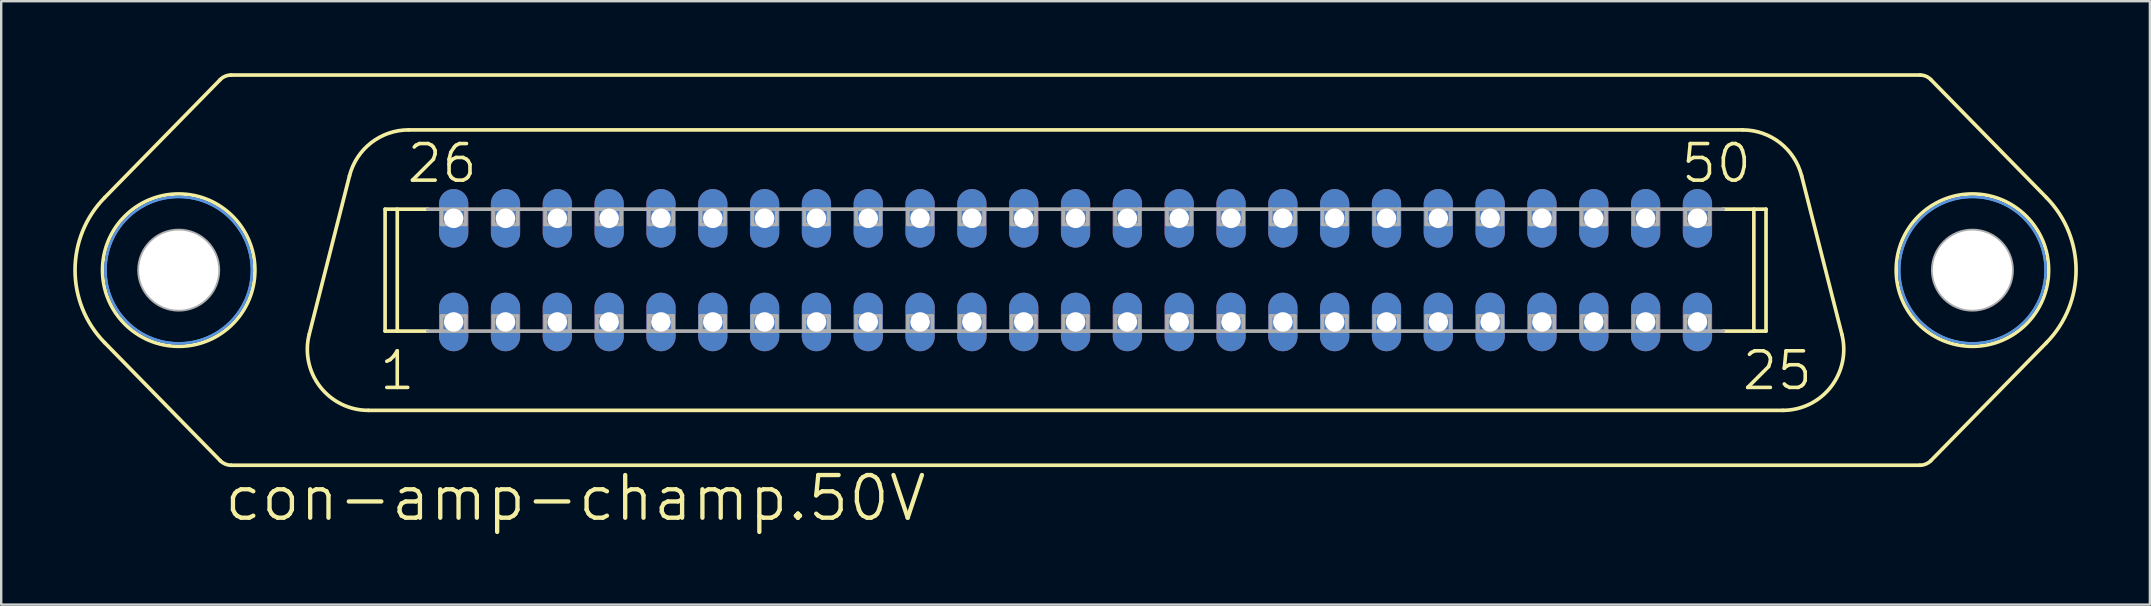
<source format=kicad_pcb>
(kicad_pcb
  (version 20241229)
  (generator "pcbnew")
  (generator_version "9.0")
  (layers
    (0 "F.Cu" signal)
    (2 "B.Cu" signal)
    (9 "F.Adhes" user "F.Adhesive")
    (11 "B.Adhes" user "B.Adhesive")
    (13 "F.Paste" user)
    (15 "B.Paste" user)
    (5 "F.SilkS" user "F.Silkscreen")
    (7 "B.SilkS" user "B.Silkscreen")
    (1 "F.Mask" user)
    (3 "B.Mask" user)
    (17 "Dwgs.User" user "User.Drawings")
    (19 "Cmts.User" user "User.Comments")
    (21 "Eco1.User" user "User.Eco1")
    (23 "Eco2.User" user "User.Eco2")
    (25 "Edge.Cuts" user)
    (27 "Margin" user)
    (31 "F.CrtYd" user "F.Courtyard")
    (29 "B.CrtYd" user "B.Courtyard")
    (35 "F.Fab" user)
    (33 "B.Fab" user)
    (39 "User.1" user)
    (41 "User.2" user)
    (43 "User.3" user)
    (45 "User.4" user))
  (footprint "con-amp-champ.50V"
    (layer "F.Cu")
    (at 41.758 8.204)
    (property "Reference" "con-amp-champ.50V" (at -35.56 10.541 0) (layer "F.SilkS") (effects (font (size 1.778 1.778) (thickness 0.18)) (justify left bottom)))
    (attr through_hole)
    (fp_line (start -35.633 -7.937) (end -40.448 -3.022) (stroke (width 0.152) (type default)) (layer "F.SilkS"))
    (fp_line (start -35.633 7.937) (end -40.448 3.022) (stroke (width 0.152) (type default)) (layer "F.SilkS"))
    (fp_line (start -35.179 -8.128) (end 35.179 -8.128) (stroke (width 0.152) (type default)) (layer "F.SilkS"))
    (fp_line (start -35.179 8.128) (end 35.179 8.128) (stroke (width 0.152) (type default)) (layer "F.SilkS"))
    (fp_line (start -30.248 -3.928) (end -31.926 2.676) (stroke (width 0.152) (type default)) (layer "F.SilkS"))
    (fp_line (start -29.464 5.842) (end 29.464 5.842) (stroke (width 0.152) (type default)) (layer "F.SilkS"))
    (fp_line (start -28.765 -2.54) (end -26.986 -2.54) (stroke (width 0.152) (type default)) (layer "F.SilkS"))
    (fp_line (start -28.765 2.54) (end -28.765 -2.54) (stroke (width 0.152) (type default)) (layer "F.SilkS"))
    (fp_line (start -28.765 2.54) (end -26.986 2.54) (stroke (width 0.152) (type default)) (layer "F.SilkS"))
    (fp_line (start -28.258 2.54) (end -28.258 -2.54) (stroke (width 0.152) (type default)) (layer "F.SilkS"))
    (fp_line (start -27.786 -5.842) (end 27.786 -5.842) (stroke (width 0.152) (type default)) (layer "F.SilkS"))
    (fp_line (start 26.986 -2.54) (end 28.765 -2.54) (stroke (width 0.152) (type default)) (layer "F.SilkS"))
    (fp_line (start 26.986 2.54) (end 28.765 2.54) (stroke (width 0.152) (type default)) (layer "F.SilkS"))
    (fp_line (start 28.258 2.54) (end 28.258 -2.54) (stroke (width 0.152) (type default)) (layer "F.SilkS"))
    (fp_line (start 28.765 2.54) (end 28.765 -2.54) (stroke (width 0.152) (type default)) (layer "F.SilkS"))
    (fp_line (start 30.248 -3.928) (end 31.926 2.676) (stroke (width 0.152) (type default)) (layer "F.SilkS"))
    (fp_line (start 35.633 -7.937) (end 40.448 -3.022) (stroke (width 0.152) (type default)) (layer "F.SilkS"))
    (fp_line (start 35.633 7.937) (end 40.448 3.022) (stroke (width 0.152) (type default)) (layer "F.SilkS"))
    (fp_arc (start -40.448 3.022) (mid -41.681365 0.0004) (end -40.448 -3.0212) (stroke (width 0.1524) (type default)) (layer "F.SilkS"))
    (fp_arc (start -35.633 -7.937) (mid -35.42541 -8.078018) (end -35.1794 -8.1276) (stroke (width 0.1524) (type default)) (layer "F.SilkS"))
    (fp_arc (start -35.1794 8.1276) (mid -35.42541 8.078018) (end -35.633 7.937) (stroke (width 0.1524) (type default)) (layer "F.SilkS"))
    (fp_arc (start -30.248 -3.928) (mid -29.345488 -5.307486) (end -27.7862 -5.8424) (stroke (width 0.1524) (type default)) (layer "F.SilkS"))
    (fp_arc (start -29.4642 5.8416) (mid -31.469286 4.860863) (end -31.926 2.676) (stroke (width 0.1524) (type default)) (layer "F.SilkS"))
    (fp_arc (start 27.786 -5.842) (mid 29.345288 -5.307086) (end 30.2478 -3.9276) (stroke (width 0.1524) (type default)) (layer "F.SilkS"))
    (fp_arc (start 31.926 2.676) (mid 31.469286 4.860863) (end 29.4642 5.8416) (stroke (width 0.1524) (type default)) (layer "F.SilkS"))
    (fp_arc (start 35.1794 -8.1276) (mid 35.42541 -8.078018) (end 35.633 -7.937) (stroke (width 0.1524) (type default)) (layer "F.SilkS"))
    (fp_arc (start 35.633 7.937) (mid 35.42541 8.078018) (end 35.1794 8.1276) (stroke (width 0.1524) (type default)) (layer "F.SilkS"))
    (fp_arc (start 40.448 -3.0212) (mid 41.681365 0.0004) (end 40.448 3.022) (stroke (width 0.1524) (type default)) (layer "F.SilkS"))
    (fp_circle (center -37.363 0) (end -34.188 0) (stroke (width 0.152) (type default)) (fill no) (layer "F.SilkS"))
    (fp_circle (center 37.363 0) (end 40.538 0) (stroke (width 0.152) (type default)) (fill no) (layer "F.SilkS"))
    (fp_circle (center -37.363 0) (end -34.315 0) (stroke (width 0.1) (type default)) (fill no) (layer "Cmts.User"))
    (fp_circle (center -37.363 0) (end -34.315 0) (stroke (width 0.1) (type default)) (fill no) (layer "Cmts.User"))
    (fp_circle (center 37.363 0) (end 40.411 0) (stroke (width 0.1) (type default)) (fill no) (layer "Cmts.User"))
    (fp_circle (center 37.363 0) (end 40.411 0) (stroke (width 0.1) (type default)) (fill no) (layer "Cmts.User"))
    (fp_line (start -26.986 -2.54) (end -26.416 -2.54) (stroke (width 0.152) (type default)) (layer "F.Fab"))
    (fp_line (start -26.986 2.54) (end -26.416 2.54) (stroke (width 0.152) (type default)) (layer "F.Fab"))
    (fp_line (start -26.416 -2.54) (end -25.4 -2.54) (stroke (width 0.152) (type default)) (layer "F.Fab"))
    (fp_line (start -26.416 -1.905) (end -26.416 -2.54) (stroke (width 0.152) (type default)) (layer "F.Fab"))
    (fp_line (start -26.416 1.905) (end -25.4 1.905) (stroke (width 0.152) (type default)) (layer "F.Fab"))
    (fp_line (start -26.416 2.54) (end -26.416 1.905) (stroke (width 0.152) (type default)) (layer "F.Fab"))
    (fp_line (start -25.4 -2.54) (end -25.4 -1.905) (stroke (width 0.152) (type default)) (layer "F.Fab"))
    (fp_line (start -25.4 -2.54) (end -24.257 -2.54) (stroke (width 0.152) (type default)) (layer "F.Fab"))
    (fp_line (start -25.4 -1.905) (end -26.416 -1.905) (stroke (width 0.152) (type default)) (layer "F.Fab"))
    (fp_line (start -25.4 1.905) (end -25.4 2.54) (stroke (width 0.152) (type default)) (layer "F.Fab"))
    (fp_line (start -25.4 2.54) (end -26.416 2.54) (stroke (width 0.152) (type default)) (layer "F.Fab"))
    (fp_line (start -25.4 2.54) (end -24.257 2.54) (stroke (width 0.152) (type default)) (layer "F.Fab"))
    (fp_line (start -24.257 -2.54) (end -23.241 -2.54) (stroke (width 0.152) (type default)) (layer "F.Fab"))
    (fp_line (start -24.257 -1.905) (end -24.257 -2.54) (stroke (width 0.152) (type default)) (layer "F.Fab"))
    (fp_line (start -24.257 1.905) (end -23.241 1.905) (stroke (width 0.152) (type default)) (layer "F.Fab"))
    (fp_line (start -24.257 2.54) (end -24.257 1.905) (stroke (width 0.152) (type default)) (layer "F.Fab"))
    (fp_line (start -23.241 -2.54) (end -23.241 -1.905) (stroke (width 0.152) (type default)) (layer "F.Fab"))
    (fp_line (start -23.241 -2.54) (end -22.098 -2.54) (stroke (width 0.152) (type default)) (layer "F.Fab"))
    (fp_line (start -23.241 -1.905) (end -24.257 -1.905) (stroke (width 0.152) (type default)) (layer "F.Fab"))
    (fp_line (start -23.241 1.905) (end -23.241 2.54) (stroke (width 0.152) (type default)) (layer "F.Fab"))
    (fp_line (start -23.241 2.54) (end -24.257 2.54) (stroke (width 0.152) (type default)) (layer "F.Fab"))
    (fp_line (start -23.241 2.54) (end -22.098 2.54) (stroke (width 0.152) (type default)) (layer "F.Fab"))
    (fp_line (start -22.098 -2.54) (end -21.082 -2.54) (stroke (width 0.152) (type default)) (layer "F.Fab"))
    (fp_line (start -22.098 -1.905) (end -22.098 -2.54) (stroke (width 0.152) (type default)) (layer "F.Fab"))
    (fp_line (start -22.098 1.905) (end -21.082 1.905) (stroke (width 0.152) (type default)) (layer "F.Fab"))
    (fp_line (start -22.098 2.54) (end -22.098 1.905) (stroke (width 0.152) (type default)) (layer "F.Fab"))
    (fp_line (start -21.082 -2.54) (end -21.082 -1.905) (stroke (width 0.152) (type default)) (layer "F.Fab"))
    (fp_line (start -21.082 -2.54) (end -19.939 -2.54) (stroke (width 0.152) (type default)) (layer "F.Fab"))
    (fp_line (start -21.082 -1.905) (end -22.098 -1.905) (stroke (width 0.152) (type default)) (layer "F.Fab"))
    (fp_line (start -21.082 1.905) (end -21.082 2.54) (stroke (width 0.152) (type default)) (layer "F.Fab"))
    (fp_line (start -21.082 2.54) (end -22.098 2.54) (stroke (width 0.152) (type default)) (layer "F.Fab"))
    (fp_line (start -21.082 2.54) (end -19.939 2.54) (stroke (width 0.152) (type default)) (layer "F.Fab"))
    (fp_line (start -19.939 -2.54) (end -18.923 -2.54) (stroke (width 0.152) (type default)) (layer "F.Fab"))
    (fp_line (start -19.939 -1.905) (end -19.939 -2.54) (stroke (width 0.152) (type default)) (layer "F.Fab"))
    (fp_line (start -19.939 1.905) (end -18.923 1.905) (stroke (width 0.152) (type default)) (layer "F.Fab"))
    (fp_line (start -19.939 2.54) (end -19.939 1.905) (stroke (width 0.152) (type default)) (layer "F.Fab"))
    (fp_line (start -18.923 -2.54) (end -18.923 -1.905) (stroke (width 0.152) (type default)) (layer "F.Fab"))
    (fp_line (start -18.923 -2.54) (end -17.78 -2.54) (stroke (width 0.152) (type default)) (layer "F.Fab"))
    (fp_line (start -18.923 -1.905) (end -19.939 -1.905) (stroke (width 0.152) (type default)) (layer "F.Fab"))
    (fp_line (start -18.923 1.905) (end -18.923 2.54) (stroke (width 0.152) (type default)) (layer "F.Fab"))
    (fp_line (start -18.923 2.54) (end -19.939 2.54) (stroke (width 0.152) (type default)) (layer "F.Fab"))
    (fp_line (start -18.923 2.54) (end -17.78 2.54) (stroke (width 0.152) (type default)) (layer "F.Fab"))
    (fp_line (start -17.78 -2.54) (end -16.764 -2.54) (stroke (width 0.152) (type default)) (layer "F.Fab"))
    (fp_line (start -17.78 -1.905) (end -17.78 -2.54) (stroke (width 0.152) (type default)) (layer "F.Fab"))
    (fp_line (start -17.78 1.905) (end -16.764 1.905) (stroke (width 0.152) (type default)) (layer "F.Fab"))
    (fp_line (start -17.78 1.905) (end -16.764 1.905) (stroke (width 0.152) (type default)) (layer "F.Fab"))
    (fp_line (start -17.78 2.54) (end -17.78 1.905) (stroke (width 0.152) (type default)) (layer "F.Fab"))
    (fp_line (start -17.78 2.54) (end -17.78 1.905) (stroke (width 0.152) (type default)) (layer "F.Fab"))
    (fp_line (start -16.764 -2.54) (end -16.764 -1.905) (stroke (width 0.152) (type default)) (layer "F.Fab"))
    (fp_line (start -16.764 -2.54) (end -15.621 -2.54) (stroke (width 0.152) (type default)) (layer "F.Fab"))
    (fp_line (start -16.764 -1.905) (end -17.78 -1.905) (stroke (width 0.152) (type default)) (layer "F.Fab"))
    (fp_line (start -16.764 1.905) (end -16.764 2.54) (stroke (width 0.152) (type default)) (layer "F.Fab"))
    (fp_line (start -16.764 1.905) (end -16.764 2.54) (stroke (width 0.152) (type default)) (layer "F.Fab"))
    (fp_line (start -16.764 2.54) (end -17.78 2.54) (stroke (width 0.152) (type default)) (layer "F.Fab"))
    (fp_line (start -16.764 2.54) (end -17.78 2.54) (stroke (width 0.152) (type default)) (layer "F.Fab"))
    (fp_line (start -16.764 2.54) (end -15.621 2.54) (stroke (width 0.152) (type default)) (layer "F.Fab"))
    (fp_line (start -15.621 -2.54) (end -14.605 -2.54) (stroke (width 0.152) (type default)) (layer "F.Fab"))
    (fp_line (start -15.621 -1.905) (end -15.621 -2.54) (stroke (width 0.152) (type default)) (layer "F.Fab"))
    (fp_line (start -15.621 1.905) (end -14.605 1.905) (stroke (width 0.152) (type default)) (layer "F.Fab"))
    (fp_line (start -15.621 1.905) (end -14.605 1.905) (stroke (width 0.152) (type default)) (layer "F.Fab"))
    (fp_line (start -15.621 2.54) (end -15.621 1.905) (stroke (width 0.152) (type default)) (layer "F.Fab"))
    (fp_line (start -15.621 2.54) (end -15.621 1.905) (stroke (width 0.152) (type default)) (layer "F.Fab"))
    (fp_line (start -14.605 -2.54) (end -14.605 -1.905) (stroke (width 0.152) (type default)) (layer "F.Fab"))
    (fp_line (start -14.605 -2.54) (end -13.462 -2.54) (stroke (width 0.152) (type default)) (layer "F.Fab"))
    (fp_line (start -14.605 -1.905) (end -15.621 -1.905) (stroke (width 0.152) (type default)) (layer "F.Fab"))
    (fp_line (start -14.605 1.905) (end -14.605 2.54) (stroke (width 0.152) (type default)) (layer "F.Fab"))
    (fp_line (start -14.605 1.905) (end -14.605 2.54) (stroke (width 0.152) (type default)) (layer "F.Fab"))
    (fp_line (start -14.605 2.54) (end -15.621 2.54) (stroke (width 0.152) (type default)) (layer "F.Fab"))
    (fp_line (start -14.605 2.54) (end -15.621 2.54) (stroke (width 0.152) (type default)) (layer "F.Fab"))
    (fp_line (start -14.605 2.54) (end -13.462 2.54) (stroke (width 0.152) (type default)) (layer "F.Fab"))
    (fp_line (start -13.462 -2.54) (end -12.446 -2.54) (stroke (width 0.152) (type default)) (layer "F.Fab"))
    (fp_line (start -13.462 -1.905) (end -13.462 -2.54) (stroke (width 0.152) (type default)) (layer "F.Fab"))
    (fp_line (start -13.462 1.905) (end -12.446 1.905) (stroke (width 0.152) (type default)) (layer "F.Fab"))
    (fp_line (start -13.462 1.905) (end -12.446 1.905) (stroke (width 0.152) (type default)) (layer "F.Fab"))
    (fp_line (start -13.462 2.54) (end -13.462 1.905) (stroke (width 0.152) (type default)) (layer "F.Fab"))
    (fp_line (start -13.462 2.54) (end -13.462 1.905) (stroke (width 0.152) (type default)) (layer "F.Fab"))
    (fp_line (start -12.446 -2.54) (end -12.446 -1.905) (stroke (width 0.152) (type default)) (layer "F.Fab"))
    (fp_line (start -12.446 -2.54) (end -11.303 -2.54) (stroke (width 0.152) (type default)) (layer "F.Fab"))
    (fp_line (start -12.446 -1.905) (end -13.462 -1.905) (stroke (width 0.152) (type default)) (layer "F.Fab"))
    (fp_line (start -12.446 1.905) (end -12.446 2.54) (stroke (width 0.152) (type default)) (layer "F.Fab"))
    (fp_line (start -12.446 1.905) (end -12.446 2.54) (stroke (width 0.152) (type default)) (layer "F.Fab"))
    (fp_line (start -12.446 2.54) (end -13.462 2.54) (stroke (width 0.152) (type default)) (layer "F.Fab"))
    (fp_line (start -12.446 2.54) (end -13.462 2.54) (stroke (width 0.152) (type default)) (layer "F.Fab"))
    (fp_line (start -12.446 2.54) (end -11.303 2.54) (stroke (width 0.152) (type default)) (layer "F.Fab"))
    (fp_line (start -11.303 -2.54) (end -10.287 -2.54) (stroke (width 0.152) (type default)) (layer "F.Fab"))
    (fp_line (start -11.303 -1.905) (end -11.303 -2.54) (stroke (width 0.152) (type default)) (layer "F.Fab"))
    (fp_line (start -11.303 1.905) (end -10.287 1.905) (stroke (width 0.152) (type default)) (layer "F.Fab"))
    (fp_line (start -11.303 1.905) (end -10.287 1.905) (stroke (width 0.152) (type default)) (layer "F.Fab"))
    (fp_line (start -11.303 2.54) (end -11.303 1.905) (stroke (width 0.152) (type default)) (layer "F.Fab"))
    (fp_line (start -11.303 2.54) (end -11.303 1.905) (stroke (width 0.152) (type default)) (layer "F.Fab"))
    (fp_line (start -10.287 -2.54) (end -10.287 -1.905) (stroke (width 0.152) (type default)) (layer "F.Fab"))
    (fp_line (start -10.287 -2.54) (end -9.144 -2.54) (stroke (width 0.152) (type default)) (layer "F.Fab"))
    (fp_line (start -10.287 -1.905) (end -11.303 -1.905) (stroke (width 0.152) (type default)) (layer "F.Fab"))
    (fp_line (start -10.287 1.905) (end -10.287 2.54) (stroke (width 0.152) (type default)) (layer "F.Fab"))
    (fp_line (start -10.287 1.905) (end -10.287 2.54) (stroke (width 0.152) (type default)) (layer "F.Fab"))
    (fp_line (start -10.287 2.54) (end -11.303 2.54) (stroke (width 0.152) (type default)) (layer "F.Fab"))
    (fp_line (start -10.287 2.54) (end -11.303 2.54) (stroke (width 0.152) (type default)) (layer "F.Fab"))
    (fp_line (start -10.287 2.54) (end -9.144 2.54) (stroke (width 0.152) (type default)) (layer "F.Fab"))
    (fp_line (start -9.144 -2.54) (end -8.128 -2.54) (stroke (width 0.152) (type default)) (layer "F.Fab"))
    (fp_line (start -9.144 -1.905) (end -9.144 -2.54) (stroke (width 0.152) (type default)) (layer "F.Fab"))
    (fp_line (start -9.144 1.905) (end -8.128 1.905) (stroke (width 0.152) (type default)) (layer "F.Fab"))
    (fp_line (start -9.144 2.54) (end -9.144 1.905) (stroke (width 0.152) (type default)) (layer "F.Fab"))
    (fp_line (start -8.128 -2.54) (end -8.128 -1.905) (stroke (width 0.152) (type default)) (layer "F.Fab"))
    (fp_line (start -8.128 -2.54) (end -6.985 -2.54) (stroke (width 0.152) (type default)) (layer "F.Fab"))
    (fp_line (start -8.128 -1.905) (end -9.144 -1.905) (stroke (width 0.152) (type default)) (layer "F.Fab"))
    (fp_line (start -8.128 1.905) (end -8.128 2.54) (stroke (width 0.152) (type default)) (layer "F.Fab"))
    (fp_line (start -8.128 2.54) (end -9.144 2.54) (stroke (width 0.152) (type default)) (layer "F.Fab"))
    (fp_line (start -8.128 2.54) (end -6.985 2.54) (stroke (width 0.152) (type default)) (layer "F.Fab"))
    (fp_line (start -6.985 -2.54) (end -5.969 -2.54) (stroke (width 0.152) (type default)) (layer "F.Fab"))
    (fp_line (start -6.985 -1.905) (end -6.985 -2.54) (stroke (width 0.152) (type default)) (layer "F.Fab"))
    (fp_line (start -6.985 1.905) (end -5.969 1.905) (stroke (width 0.152) (type default)) (layer "F.Fab"))
    (fp_line (start -6.985 2.54) (end -6.985 1.905) (stroke (width 0.152) (type default)) (layer "F.Fab"))
    (fp_line (start -5.969 -2.54) (end -5.969 -1.905) (stroke (width 0.152) (type default)) (layer "F.Fab"))
    (fp_line (start -5.969 -2.54) (end -4.826 -2.54) (stroke (width 0.152) (type default)) (layer "F.Fab"))
    (fp_line (start -5.969 -1.905) (end -6.985 -1.905) (stroke (width 0.152) (type default)) (layer "F.Fab"))
    (fp_line (start -5.969 1.905) (end -5.969 2.54) (stroke (width 0.152) (type default)) (layer "F.Fab"))
    (fp_line (start -5.969 2.54) (end -6.985 2.54) (stroke (width 0.152) (type default)) (layer "F.Fab"))
    (fp_line (start -5.969 2.54) (end -4.826 2.54) (stroke (width 0.152) (type default)) (layer "F.Fab"))
    (fp_line (start -4.826 -2.54) (end -3.81 -2.54) (stroke (width 0.152) (type default)) (layer "F.Fab"))
    (fp_line (start -4.826 -1.905) (end -4.826 -2.54) (stroke (width 0.152) (type default)) (layer "F.Fab"))
    (fp_line (start -4.826 1.905) (end -3.81 1.905) (stroke (width 0.152) (type default)) (layer "F.Fab"))
    (fp_line (start -4.826 2.54) (end -4.826 1.905) (stroke (width 0.152) (type default)) (layer "F.Fab"))
    (fp_line (start -3.81 -2.54) (end -3.81 -1.905) (stroke (width 0.152) (type default)) (layer "F.Fab"))
    (fp_line (start -3.81 -2.54) (end -2.667 -2.54) (stroke (width 0.152) (type default)) (layer "F.Fab"))
    (fp_line (start -3.81 -1.905) (end -4.826 -1.905) (stroke (width 0.152) (type default)) (layer "F.Fab"))
    (fp_line (start -3.81 1.905) (end -3.81 2.54) (stroke (width 0.152) (type default)) (layer "F.Fab"))
    (fp_line (start -3.81 2.54) (end -4.826 2.54) (stroke (width 0.152) (type default)) (layer "F.Fab"))
    (fp_line (start -3.81 2.54) (end -2.667 2.54) (stroke (width 0.152) (type default)) (layer "F.Fab"))
    (fp_line (start -2.667 -2.54) (end -1.651 -2.54) (stroke (width 0.152) (type default)) (layer "F.Fab"))
    (fp_line (start -2.667 -1.905) (end -2.667 -2.54) (stroke (width 0.152) (type default)) (layer "F.Fab"))
    (fp_line (start -2.667 1.905) (end -1.651 1.905) (stroke (width 0.152) (type default)) (layer "F.Fab"))
    (fp_line (start -2.667 2.54) (end -2.667 1.905) (stroke (width 0.152) (type default)) (layer "F.Fab"))
    (fp_line (start -1.651 -2.54) (end -1.651 -1.905) (stroke (width 0.152) (type default)) (layer "F.Fab"))
    (fp_line (start -1.651 -2.54) (end 1.651 -2.54) (stroke (width 0.152) (type default)) (layer "F.Fab"))
    (fp_line (start -1.651 -1.905) (end -2.667 -1.905) (stroke (width 0.152) (type default)) (layer "F.Fab"))
    (fp_line (start -1.651 1.905) (end -1.651 2.54) (stroke (width 0.152) (type default)) (layer "F.Fab"))
    (fp_line (start -1.651 2.54) (end -2.667 2.54) (stroke (width 0.152) (type default)) (layer "F.Fab"))
    (fp_line (start -1.651 2.54) (end 1.651 2.54) (stroke (width 0.152) (type default)) (layer "F.Fab"))
    (fp_line (start -0.508 -2.54) (end 0.508 -2.54) (stroke (width 0.152) (type default)) (layer "F.Fab"))
    (fp_line (start -0.508 -1.905) (end -0.508 -2.54) (stroke (width 0.152) (type default)) (layer "F.Fab"))
    (fp_line (start -0.508 1.905) (end 0.508 1.905) (stroke (width 0.152) (type default)) (layer "F.Fab"))
    (fp_line (start -0.508 2.54) (end -0.508 1.905) (stroke (width 0.152) (type default)) (layer "F.Fab"))
    (fp_line (start 0.508 -2.54) (end 0.508 -1.905) (stroke (width 0.152) (type default)) (layer "F.Fab"))
    (fp_line (start 0.508 -1.905) (end -0.508 -1.905) (stroke (width 0.152) (type default)) (layer "F.Fab"))
    (fp_line (start 0.508 1.905) (end 0.508 2.54) (stroke (width 0.152) (type default)) (layer "F.Fab"))
    (fp_line (start 0.508 2.54) (end -0.508 2.54) (stroke (width 0.152) (type default)) (layer "F.Fab"))
    (fp_line (start 1.651 -2.54) (end 2.667 -2.54) (stroke (width 0.152) (type default)) (layer "F.Fab"))
    (fp_line (start 1.651 -1.905) (end 1.651 -2.54) (stroke (width 0.152) (type default)) (layer "F.Fab"))
    (fp_line (start 1.651 1.905) (end 2.667 1.905) (stroke (width 0.152) (type default)) (layer "F.Fab"))
    (fp_line (start 1.651 2.54) (end 1.651 1.905) (stroke (width 0.152) (type default)) (layer "F.Fab"))
    (fp_line (start 2.667 -2.54) (end 2.667 -1.905) (stroke (width 0.152) (type default)) (layer "F.Fab"))
    (fp_line (start 2.667 -2.54) (end 3.81 -2.54) (stroke (width 0.152) (type default)) (layer "F.Fab"))
    (fp_line (start 2.667 -1.905) (end 1.651 -1.905) (stroke (width 0.152) (type default)) (layer "F.Fab"))
    (fp_line (start 2.667 1.905) (end 2.667 2.54) (stroke (width 0.152) (type default)) (layer "F.Fab"))
    (fp_line (start 2.667 2.54) (end 1.651 2.54) (stroke (width 0.152) (type default)) (layer "F.Fab"))
    (fp_line (start 2.667 2.54) (end 3.81 2.54) (stroke (width 0.152) (type default)) (layer "F.Fab"))
    (fp_line (start 3.81 -2.54) (end 4.826 -2.54) (stroke (width 0.152) (type default)) (layer "F.Fab"))
    (fp_line (start 3.81 -1.905) (end 3.81 -2.54) (stroke (width 0.152) (type default)) (layer "F.Fab"))
    (fp_line (start 3.81 1.905) (end 4.826 1.905) (stroke (width 0.152) (type default)) (layer "F.Fab"))
    (fp_line (start 3.81 2.54) (end 3.81 1.905) (stroke (width 0.152) (type default)) (layer "F.Fab"))
    (fp_line (start 4.826 -2.54) (end 4.826 -1.905) (stroke (width 0.152) (type default)) (layer "F.Fab"))
    (fp_line (start 4.826 -2.54) (end 5.969 -2.54) (stroke (width 0.152) (type default)) (layer "F.Fab"))
    (fp_line (start 4.826 -1.905) (end 3.81 -1.905) (stroke (width 0.152) (type default)) (layer "F.Fab"))
    (fp_line (start 4.826 1.905) (end 4.826 2.54) (stroke (width 0.152) (type default)) (layer "F.Fab"))
    (fp_line (start 4.826 2.54) (end 3.81 2.54) (stroke (width 0.152) (type default)) (layer "F.Fab"))
    (fp_line (start 4.826 2.54) (end 5.969 2.54) (stroke (width 0.152) (type default)) (layer "F.Fab"))
    (fp_line (start 5.969 -2.54) (end 6.985 -2.54) (stroke (width 0.152) (type default)) (layer "F.Fab"))
    (fp_line (start 5.969 -1.905) (end 5.969 -2.54) (stroke (width 0.152) (type default)) (layer "F.Fab"))
    (fp_line (start 5.969 1.905) (end 6.985 1.905) (stroke (width 0.152) (type default)) (layer "F.Fab"))
    (fp_line (start 5.969 2.54) (end 5.969 1.905) (stroke (width 0.152) (type default)) (layer "F.Fab"))
    (fp_line (start 6.985 -2.54) (end 6.985 -1.905) (stroke (width 0.152) (type default)) (layer "F.Fab"))
    (fp_line (start 6.985 -2.54) (end 8.128 -2.54) (stroke (width 0.152) (type default)) (layer "F.Fab"))
    (fp_line (start 6.985 -1.905) (end 5.969 -1.905) (stroke (width 0.152) (type default)) (layer "F.Fab"))
    (fp_line (start 6.985 1.905) (end 6.985 2.54) (stroke (width 0.152) (type default)) (layer "F.Fab"))
    (fp_line (start 6.985 2.54) (end 5.969 2.54) (stroke (width 0.152) (type default)) (layer "F.Fab"))
    (fp_line (start 6.985 2.54) (end 8.128 2.54) (stroke (width 0.152) (type default)) (layer "F.Fab"))
    (fp_line (start 8.128 -2.54) (end 9.144 -2.54) (stroke (width 0.152) (type default)) (layer "F.Fab"))
    (fp_line (start 8.128 -1.905) (end 8.128 -2.54) (stroke (width 0.152) (type default)) (layer "F.Fab"))
    (fp_line (start 8.128 1.905) (end 9.144 1.905) (stroke (width 0.152) (type default)) (layer "F.Fab"))
    (fp_line (start 8.128 2.54) (end 8.128 1.905) (stroke (width 0.152) (type default)) (layer "F.Fab"))
    (fp_line (start 9.144 -2.54) (end 9.144 -1.905) (stroke (width 0.152) (type default)) (layer "F.Fab"))
    (fp_line (start 9.144 -2.54) (end 10.287 -2.54) (stroke (width 0.152) (type default)) (layer "F.Fab"))
    (fp_line (start 9.144 -1.905) (end 8.128 -1.905) (stroke (width 0.152) (type default)) (layer "F.Fab"))
    (fp_line (start 9.144 1.905) (end 9.144 2.54) (stroke (width 0.152) (type default)) (layer "F.Fab"))
    (fp_line (start 9.144 2.54) (end 8.128 2.54) (stroke (width 0.152) (type default)) (layer "F.Fab"))
    (fp_line (start 9.144 2.54) (end 10.287 2.54) (stroke (width 0.152) (type default)) (layer "F.Fab"))
    (fp_line (start 10.287 -2.54) (end 11.303 -2.54) (stroke (width 0.152) (type default)) (layer "F.Fab"))
    (fp_line (start 10.287 -1.905) (end 10.287 -2.54) (stroke (width 0.152) (type default)) (layer "F.Fab"))
    (fp_line (start 10.287 1.905) (end 11.303 1.905) (stroke (width 0.152) (type default)) (layer "F.Fab"))
    (fp_line (start 10.287 2.54) (end 10.287 1.905) (stroke (width 0.152) (type default)) (layer "F.Fab"))
    (fp_line (start 11.303 -2.54) (end 11.303 -1.905) (stroke (width 0.152) (type default)) (layer "F.Fab"))
    (fp_line (start 11.303 -2.54) (end 12.446 -2.54) (stroke (width 0.152) (type default)) (layer "F.Fab"))
    (fp_line (start 11.303 -1.905) (end 10.287 -1.905) (stroke (width 0.152) (type default)) (layer "F.Fab"))
    (fp_line (start 11.303 1.905) (end 11.303 2.54) (stroke (width 0.152) (type default)) (layer "F.Fab"))
    (fp_line (start 11.303 2.54) (end 10.287 2.54) (stroke (width 0.152) (type default)) (layer "F.Fab"))
    (fp_line (start 11.303 2.54) (end 12.446 2.54) (stroke (width 0.152) (type default)) (layer "F.Fab"))
    (fp_line (start 12.446 -2.54) (end 13.462 -2.54) (stroke (width 0.152) (type default)) (layer "F.Fab"))
    (fp_line (start 12.446 -1.905) (end 12.446 -2.54) (stroke (width 0.152) (type default)) (layer "F.Fab"))
    (fp_line (start 12.446 1.905) (end 13.462 1.905) (stroke (width 0.152) (type default)) (layer "F.Fab"))
    (fp_line (start 12.446 2.54) (end 12.446 1.905) (stroke (width 0.152) (type default)) (layer "F.Fab"))
    (fp_line (start 13.462 -2.54) (end 13.462 -1.905) (stroke (width 0.152) (type default)) (layer "F.Fab"))
    (fp_line (start 13.462 -2.54) (end 14.605 -2.54) (stroke (width 0.152) (type default)) (layer "F.Fab"))
    (fp_line (start 13.462 -1.905) (end 12.446 -1.905) (stroke (width 0.152) (type default)) (layer "F.Fab"))
    (fp_line (start 13.462 1.905) (end 13.462 2.54) (stroke (width 0.152) (type default)) (layer "F.Fab"))
    (fp_line (start 13.462 2.54) (end 12.446 2.54) (stroke (width 0.152) (type default)) (layer "F.Fab"))
    (fp_line (start 13.462 2.54) (end 14.605 2.54) (stroke (width 0.152) (type default)) (layer "F.Fab"))
    (fp_line (start 14.605 -2.54) (end 15.621 -2.54) (stroke (width 0.152) (type default)) (layer "F.Fab"))
    (fp_line (start 14.605 -1.905) (end 14.605 -2.54) (stroke (width 0.152) (type default)) (layer "F.Fab"))
    (fp_line (start 14.605 1.905) (end 15.621 1.905) (stroke (width 0.152) (type default)) (layer "F.Fab"))
    (fp_line (start 14.605 2.54) (end 14.605 1.905) (stroke (width 0.152) (type default)) (layer "F.Fab"))
    (fp_line (start 15.621 -2.54) (end 15.621 -1.905) (stroke (width 0.152) (type default)) (layer "F.Fab"))
    (fp_line (start 15.621 -2.54) (end 16.764 -2.54) (stroke (width 0.152) (type default)) (layer "F.Fab"))
    (fp_line (start 15.621 -1.905) (end 14.605 -1.905) (stroke (width 0.152) (type default)) (layer "F.Fab"))
    (fp_line (start 15.621 1.905) (end 15.621 2.54) (stroke (width 0.152) (type default)) (layer "F.Fab"))
    (fp_line (start 15.621 2.54) (end 14.605 2.54) (stroke (width 0.152) (type default)) (layer "F.Fab"))
    (fp_line (start 15.621 2.54) (end 16.764 2.54) (stroke (width 0.152) (type default)) (layer "F.Fab"))
    (fp_line (start 16.764 -2.54) (end 17.78 -2.54) (stroke (width 0.152) (type default)) (layer "F.Fab"))
    (fp_line (start 16.764 -1.905) (end 16.764 -2.54) (stroke (width 0.152) (type default)) (layer "F.Fab"))
    (fp_line (start 16.764 1.905) (end 17.78 1.905) (stroke (width 0.152) (type default)) (layer "F.Fab"))
    (fp_line (start 16.764 2.54) (end 16.764 1.905) (stroke (width 0.152) (type default)) (layer "F.Fab"))
    (fp_line (start 17.78 -2.54) (end 17.78 -1.905) (stroke (width 0.152) (type default)) (layer "F.Fab"))
    (fp_line (start 17.78 -2.54) (end 18.923 -2.54) (stroke (width 0.152) (type default)) (layer "F.Fab"))
    (fp_line (start 17.78 -1.905) (end 16.764 -1.905) (stroke (width 0.152) (type default)) (layer "F.Fab"))
    (fp_line (start 17.78 1.905) (end 17.78 2.54) (stroke (width 0.152) (type default)) (layer "F.Fab"))
    (fp_line (start 17.78 2.54) (end 16.764 2.54) (stroke (width 0.152) (type default)) (layer "F.Fab"))
    (fp_line (start 17.78 2.54) (end 18.923 2.54) (stroke (width 0.152) (type default)) (layer "F.Fab"))
    (fp_line (start 18.923 -2.54) (end 19.939 -2.54) (stroke (width 0.152) (type default)) (layer "F.Fab"))
    (fp_line (start 18.923 -1.905) (end 18.923 -2.54) (stroke (width 0.152) (type default)) (layer "F.Fab"))
    (fp_line (start 18.923 1.905) (end 19.939 1.905) (stroke (width 0.152) (type default)) (layer "F.Fab"))
    (fp_line (start 18.923 2.54) (end 18.923 1.905) (stroke (width 0.152) (type default)) (layer "F.Fab"))
    (fp_line (start 19.939 -2.54) (end 19.939 -1.905) (stroke (width 0.152) (type default)) (layer "F.Fab"))
    (fp_line (start 19.939 -2.54) (end 21.082 -2.54) (stroke (width 0.152) (type default)) (layer "F.Fab"))
    (fp_line (start 19.939 -1.905) (end 18.923 -1.905) (stroke (width 0.152) (type default)) (layer "F.Fab"))
    (fp_line (start 19.939 1.905) (end 19.939 2.54) (stroke (width 0.152) (type default)) (layer "F.Fab"))
    (fp_line (start 19.939 2.54) (end 18.923 2.54) (stroke (width 0.152) (type default)) (layer "F.Fab"))
    (fp_line (start 19.939 2.54) (end 21.082 2.54) (stroke (width 0.152) (type default)) (layer "F.Fab"))
    (fp_line (start 21.082 -2.54) (end 22.098 -2.54) (stroke (width 0.152) (type default)) (layer "F.Fab"))
    (fp_line (start 21.082 -1.905) (end 21.082 -2.54) (stroke (width 0.152) (type default)) (layer "F.Fab"))
    (fp_line (start 21.082 1.905) (end 22.098 1.905) (stroke (width 0.152) (type default)) (layer "F.Fab"))
    (fp_line (start 21.082 2.54) (end 21.082 1.905) (stroke (width 0.152) (type default)) (layer "F.Fab"))
    (fp_line (start 22.098 -2.54) (end 22.098 -1.905) (stroke (width 0.152) (type default)) (layer "F.Fab"))
    (fp_line (start 22.098 -2.54) (end 23.241 -2.54) (stroke (width 0.152) (type default)) (layer "F.Fab"))
    (fp_line (start 22.098 -1.905) (end 21.082 -1.905) (stroke (width 0.152) (type default)) (layer "F.Fab"))
    (fp_line (start 22.098 1.905) (end 22.098 2.54) (stroke (width 0.152) (type default)) (layer "F.Fab"))
    (fp_line (start 22.098 2.54) (end 21.082 2.54) (stroke (width 0.152) (type default)) (layer "F.Fab"))
    (fp_line (start 22.098 2.54) (end 23.241 2.54) (stroke (width 0.152) (type default)) (layer "F.Fab"))
    (fp_line (start 23.241 -2.54) (end 24.257 -2.54) (stroke (width 0.152) (type default)) (layer "F.Fab"))
    (fp_line (start 23.241 -1.905) (end 23.241 -2.54) (stroke (width 0.152) (type default)) (layer "F.Fab"))
    (fp_line (start 23.241 1.905) (end 24.257 1.905) (stroke (width 0.152) (type default)) (layer "F.Fab"))
    (fp_line (start 23.241 2.54) (end 23.241 1.905) (stroke (width 0.152) (type default)) (layer "F.Fab"))
    (fp_line (start 24.257 -2.54) (end 24.257 -1.905) (stroke (width 0.152) (type default)) (layer "F.Fab"))
    (fp_line (start 24.257 -2.54) (end 25.4 -2.54) (stroke (width 0.152) (type default)) (layer "F.Fab"))
    (fp_line (start 24.257 -1.905) (end 23.241 -1.905) (stroke (width 0.152) (type default)) (layer "F.Fab"))
    (fp_line (start 24.257 1.905) (end 24.257 2.54) (stroke (width 0.152) (type default)) (layer "F.Fab"))
    (fp_line (start 24.257 2.54) (end 23.241 2.54) (stroke (width 0.152) (type default)) (layer "F.Fab"))
    (fp_line (start 24.257 2.54) (end 25.4 2.54) (stroke (width 0.152) (type default)) (layer "F.Fab"))
    (fp_line (start 25.4 -2.54) (end 26.416 -2.54) (stroke (width 0.152) (type default)) (layer "F.Fab"))
    (fp_line (start 25.4 -1.905) (end 25.4 -2.54) (stroke (width 0.152) (type default)) (layer "F.Fab"))
    (fp_line (start 25.4 1.905) (end 26.416 1.905) (stroke (width 0.152) (type default)) (layer "F.Fab"))
    (fp_line (start 25.4 2.54) (end 25.4 1.905) (stroke (width 0.152) (type default)) (layer "F.Fab"))
    (fp_line (start 26.416 -2.54) (end 26.416 -1.905) (stroke (width 0.152) (type default)) (layer "F.Fab"))
    (fp_line (start 26.416 -2.54) (end 26.986 -2.54) (stroke (width 0.152) (type default)) (layer "F.Fab"))
    (fp_line (start 26.416 -1.905) (end 25.4 -1.905) (stroke (width 0.152) (type default)) (layer "F.Fab"))
    (fp_line (start 26.416 1.905) (end 26.416 2.54) (stroke (width 0.152) (type default)) (layer "F.Fab"))
    (fp_line (start 26.416 2.54) (end 25.4 2.54) (stroke (width 0.152) (type default)) (layer "F.Fab"))
    (fp_line (start 26.416 2.54) (end 26.986 2.54) (stroke (width 0.152) (type default)) (layer "F.Fab"))
    (fp_rect (start -26.416 -1.905) (end -25.4 -2.54) (stroke (width 0.05) (type default)) (fill no) (layer "F.Fab"))
    (fp_rect (start -26.416 2.54) (end -25.4 1.905) (stroke (width 0.05) (type default)) (fill no) (layer "F.Fab"))
    (fp_rect (start -24.257 -1.905) (end -23.241 -2.54) (stroke (width 0.05) (type default)) (fill no) (layer "F.Fab"))
    (fp_rect (start -24.257 2.54) (end -23.241 1.905) (stroke (width 0.05) (type default)) (fill no) (layer "F.Fab"))
    (fp_rect (start -22.098 -1.905) (end -21.082 -2.54) (stroke (width 0.05) (type default)) (fill no) (layer "F.Fab"))
    (fp_rect (start -22.098 2.54) (end -21.082 1.905) (stroke (width 0.05) (type default)) (fill no) (layer "F.Fab"))
    (fp_rect (start -19.939 -1.905) (end -18.923 -2.54) (stroke (width 0.05) (type default)) (fill no) (layer "F.Fab"))
    (fp_rect (start -19.939 2.54) (end -18.923 1.905) (stroke (width 0.05) (type default)) (fill no) (layer "F.Fab"))
    (fp_rect (start -17.78 -1.905) (end -16.764 -2.54) (stroke (width 0.05) (type default)) (fill no) (layer "F.Fab"))
    (fp_rect (start -17.78 2.54) (end -16.764 1.905) (stroke (width 0.05) (type default)) (fill no) (layer "F.Fab"))
    (fp_rect (start -15.621 -1.905) (end -14.605 -2.54) (stroke (width 0.05) (type default)) (fill no) (layer "F.Fab"))
    (fp_rect (start -15.621 2.54) (end -14.605 1.905) (stroke (width 0.05) (type default)) (fill no) (layer "F.Fab"))
    (fp_rect (start -13.462 -1.905) (end -12.446 -2.54) (stroke (width 0.05) (type default)) (fill no) (layer "F.Fab"))
    (fp_rect (start -13.462 2.54) (end -12.446 1.905) (stroke (width 0.05) (type default)) (fill no) (layer "F.Fab"))
    (fp_rect (start -11.303 -1.905) (end -10.287 -2.54) (stroke (width 0.05) (type default)) (fill no) (layer "F.Fab"))
    (fp_rect (start -11.303 2.54) (end -10.287 1.905) (stroke (width 0.05) (type default)) (fill no) (layer "F.Fab"))
    (fp_rect (start -9.144 -1.905) (end -8.128 -2.54) (stroke (width 0.05) (type default)) (fill no) (layer "F.Fab"))
    (fp_rect (start -9.144 2.54) (end -8.128 1.905) (stroke (width 0.05) (type default)) (fill no) (layer "F.Fab"))
    (fp_rect (start -6.985 -1.905) (end -5.969 -2.54) (stroke (width 0.05) (type default)) (fill no) (layer "F.Fab"))
    (fp_rect (start -6.985 2.54) (end -5.969 1.905) (stroke (width 0.05) (type default)) (fill no) (layer "F.Fab"))
    (fp_rect (start -4.826 -1.905) (end -3.81 -2.54) (stroke (width 0.05) (type default)) (fill no) (layer "F.Fab"))
    (fp_rect (start -4.826 2.54) (end -3.81 1.905) (stroke (width 0.05) (type default)) (fill no) (layer "F.Fab"))
    (fp_rect (start -2.667 -1.905) (end -1.651 -2.54) (stroke (width 0.05) (type default)) (fill no) (layer "F.Fab"))
    (fp_rect (start -2.667 2.54) (end -1.651 1.905) (stroke (width 0.05) (type default)) (fill no) (layer "F.Fab"))
    (fp_rect (start -0.508 -1.905) (end 0.508 -2.54) (stroke (width 0.05) (type default)) (fill no) (layer "F.Fab"))
    (fp_rect (start -0.508 2.54) (end 0.508 1.905) (stroke (width 0.05) (type default)) (fill no) (layer "F.Fab"))
    (fp_rect (start 1.651 -1.905) (end 2.667 -2.54) (stroke (width 0.05) (type default)) (fill no) (layer "F.Fab"))
    (fp_rect (start 1.651 2.54) (end 2.667 1.905) (stroke (width 0.05) (type default)) (fill no) (layer "F.Fab"))
    (fp_rect (start 3.81 -1.905) (end 4.826 -2.54) (stroke (width 0.05) (type default)) (fill no) (layer "F.Fab"))
    (fp_rect (start 3.81 2.54) (end 4.826 1.905) (stroke (width 0.05) (type default)) (fill no) (layer "F.Fab"))
    (fp_rect (start 5.969 -1.905) (end 6.985 -2.54) (stroke (width 0.05) (type default)) (fill no) (layer "F.Fab"))
    (fp_rect (start 5.969 2.54) (end 6.985 1.905) (stroke (width 0.05) (type default)) (fill no) (layer "F.Fab"))
    (fp_rect (start 8.128 -1.905) (end 9.144 -2.54) (stroke (width 0.05) (type default)) (fill no) (layer "F.Fab"))
    (fp_rect (start 8.128 2.54) (end 9.144 1.905) (stroke (width 0.05) (type default)) (fill no) (layer "F.Fab"))
    (fp_rect (start 10.287 -1.905) (end 11.303 -2.54) (stroke (width 0.05) (type default)) (fill no) (layer "F.Fab"))
    (fp_rect (start 10.287 2.54) (end 11.303 1.905) (stroke (width 0.05) (type default)) (fill no) (layer "F.Fab"))
    (fp_rect (start 12.446 -1.905) (end 13.462 -2.54) (stroke (width 0.05) (type default)) (fill no) (layer "F.Fab"))
    (fp_rect (start 12.446 2.54) (end 13.462 1.905) (stroke (width 0.05) (type default)) (fill no) (layer "F.Fab"))
    (fp_rect (start 14.605 -1.905) (end 15.621 -2.54) (stroke (width 0.05) (type default)) (fill no) (layer "F.Fab"))
    (fp_rect (start 14.605 2.54) (end 15.621 1.905) (stroke (width 0.05) (type default)) (fill no) (layer "F.Fab"))
    (fp_rect (start 16.764 -1.905) (end 17.78 -2.54) (stroke (width 0.05) (type default)) (fill no) (layer "F.Fab"))
    (fp_rect (start 16.764 2.54) (end 17.78 1.905) (stroke (width 0.05) (type default)) (fill no) (layer "F.Fab"))
    (fp_rect (start 18.923 -1.905) (end 19.939 -2.54) (stroke (width 0.05) (type default)) (fill no) (layer "F.Fab"))
    (fp_rect (start 18.923 2.54) (end 19.939 1.905) (stroke (width 0.05) (type default)) (fill no) (layer "F.Fab"))
    (fp_rect (start 21.082 -1.905) (end 22.098 -2.54) (stroke (width 0.05) (type default)) (fill no) (layer "F.Fab"))
    (fp_rect (start 21.082 2.54) (end 22.098 1.905) (stroke (width 0.05) (type default)) (fill no) (layer "F.Fab"))
    (fp_rect (start 23.241 -1.905) (end 24.257 -2.54) (stroke (width 0.05) (type default)) (fill no) (layer "F.Fab"))
    (fp_rect (start 23.241 2.54) (end 24.257 1.905) (stroke (width 0.05) (type default)) (fill no) (layer "F.Fab"))
    (fp_rect (start 25.4 -1.905) (end 26.416 -2.54) (stroke (width 0.05) (type default)) (fill no) (layer "F.Fab"))
    (fp_rect (start 25.4 2.54) (end 26.416 1.905) (stroke (width 0.05) (type default)) (fill no) (layer "F.Fab"))
    (fp_circle (center -37.363 0) (end -35.712 0) (stroke (width 0.152) (type default)) (fill no) (layer "F.Fab"))
    (fp_circle (center 37.363 0) (end 39.014 0) (stroke (width 0.152) (type default)) (fill no) (layer "F.Fab"))
    (fp_text user "50" (at 25.146 -3.556 0) (layer "F.SilkS") (effects (font (size 1.524 1.524) (thickness 0.15)) (justify left bottom)))
    (fp_text user "25" (at 27.686 5.08 0) (layer "F.SilkS") (effects (font (size 1.524 1.524) (thickness 0.15)) (justify left bottom)))
    (fp_text user "26" (at -27.94 -3.556 0) (layer "F.SilkS") (effects (font (size 1.524 1.524) (thickness 0.15)) (justify left bottom)))
    (fp_text user "1" (at -29.083 5.08 0) (layer "F.SilkS") (effects (font (size 1.524 1.524) (thickness 0.15)) (justify left bottom)))
    (pad "" np_thru_hole circle (at -37.363 0) (size 3.302 3.302) (drill 3.302) (layers "*.Cu" "*.Mask"))
    (pad "" np_thru_hole circle (at 37.363 0) (size 3.302 3.302) (drill 3.302) (layers "*.Cu" "*.Mask"))
    (pad "1" thru_hole oval (at -25.908 2.159 90) (size 2.438 1.219) (drill 0.813) (layers "*.Cu" "*.Mask"))
    (pad "2" thru_hole oval (at -23.749 2.159 90) (size 2.438 1.219) (drill 0.813) (layers "*.Cu" "*.Mask"))
    (pad "3" thru_hole oval (at -21.59 2.159 90) (size 2.438 1.219) (drill 0.813) (layers "*.Cu" "*.Mask"))
    (pad "4" thru_hole oval (at -19.431 2.159 90) (size 2.438 1.219) (drill 0.813) (layers "*.Cu" "*.Mask"))
    (pad "5" thru_hole oval (at -17.272 2.159 90) (size 2.438 1.219) (drill 0.813) (layers "*.Cu" "*.Mask"))
    (pad "6" thru_hole oval (at -15.113 2.159 90) (size 2.438 1.219) (drill 0.813) (layers "*.Cu" "*.Mask"))
    (pad "7" thru_hole oval (at -12.954 2.159 90) (size 2.438 1.219) (drill 0.813) (layers "*.Cu" "*.Mask"))
    (pad "8" thru_hole oval (at -10.795 2.159 90) (size 2.438 1.219) (drill 0.813) (layers "*.Cu" "*.Mask"))
    (pad "9" thru_hole oval (at -8.636 2.159 90) (size 2.438 1.219) (drill 0.813) (layers "*.Cu" "*.Mask"))
    (pad "10" thru_hole oval (at -6.477 2.159 90) (size 2.438 1.219) (drill 0.813) (layers "*.Cu" "*.Mask"))
    (pad "11" thru_hole oval (at -4.318 2.159 90) (size 2.438 1.219) (drill 0.813) (layers "*.Cu" "*.Mask"))
    (pad "12" thru_hole oval (at -2.159 2.159 90) (size 2.438 1.219) (drill 0.813) (layers "*.Cu" "*.Mask"))
    (pad "13" thru_hole oval (at 0 2.159 90) (size 2.438 1.219) (drill 0.813) (layers "*.Cu" "*.Mask"))
    (pad "14" thru_hole oval (at 2.159 2.159 90) (size 2.438 1.219) (drill 0.813) (layers "*.Cu" "*.Mask"))
    (pad "15" thru_hole oval (at 4.318 2.159 90) (size 2.438 1.219) (drill 0.813) (layers "*.Cu" "*.Mask"))
    (pad "16" thru_hole oval (at 6.477 2.159 90) (size 2.438 1.219) (drill 0.813) (layers "*.Cu" "*.Mask"))
    (pad "17" thru_hole oval (at 8.636 2.159 90) (size 2.438 1.219) (drill 0.813) (layers "*.Cu" "*.Mask"))
    (pad "18" thru_hole oval (at 10.795 2.159 90) (size 2.438 1.219) (drill 0.813) (layers "*.Cu" "*.Mask"))
    (pad "19" thru_hole oval (at 12.954 2.159 90) (size 2.438 1.219) (drill 0.813) (layers "*.Cu" "*.Mask"))
    (pad "20" thru_hole oval (at 15.113 2.159 90) (size 2.438 1.219) (drill 0.813) (layers "*.Cu" "*.Mask"))
    (pad "21" thru_hole oval (at 17.272 2.159 90) (size 2.438 1.219) (drill 0.813) (layers "*.Cu" "*.Mask"))
    (pad "22" thru_hole oval (at 19.431 2.159 90) (size 2.438 1.219) (drill 0.813) (layers "*.Cu" "*.Mask"))
    (pad "23" thru_hole oval (at 21.59 2.159 90) (size 2.438 1.219) (drill 0.813) (layers "*.Cu" "*.Mask"))
    (pad "24" thru_hole oval (at 23.749 2.159 90) (size 2.438 1.219) (drill 0.813) (layers "*.Cu" "*.Mask"))
    (pad "25" thru_hole oval (at 25.908 2.159 90) (size 2.438 1.219) (drill 0.813) (layers "*.Cu" "*.Mask"))
    (pad "26" thru_hole oval (at -25.908 -2.159 90) (size 2.438 1.219) (drill 0.813) (layers "*.Cu" "*.Mask"))
    (pad "27" thru_hole oval (at -23.749 -2.159 90) (size 2.438 1.219) (drill 0.813) (layers "*.Cu" "*.Mask"))
    (pad "28" thru_hole oval (at -21.59 -2.159 90) (size 2.438 1.219) (drill 0.813) (layers "*.Cu" "*.Mask"))
    (pad "29" thru_hole oval (at -19.431 -2.159 90) (size 2.438 1.219) (drill 0.813) (layers "*.Cu" "*.Mask"))
    (pad "30" thru_hole oval (at -17.272 -2.159 90) (size 2.438 1.219) (drill 0.813) (layers "*.Cu" "*.Mask"))
    (pad "31" thru_hole oval (at -15.113 -2.159 90) (size 2.438 1.219) (drill 0.813) (layers "*.Cu" "*.Mask"))
    (pad "32" thru_hole oval (at -12.954 -2.159 90) (size 2.438 1.219) (drill 0.813) (layers "*.Cu" "*.Mask"))
    (pad "33" thru_hole oval (at -10.795 -2.159 90) (size 2.438 1.219) (drill 0.813) (layers "*.Cu" "*.Mask"))
    (pad "34" thru_hole oval (at -8.636 -2.159 90) (size 2.438 1.219) (drill 0.813) (layers "*.Cu" "*.Mask"))
    (pad "35" thru_hole oval (at -6.477 -2.159 90) (size 2.438 1.219) (drill 0.813) (layers "*.Cu" "*.Mask"))
    (pad "36" thru_hole oval (at -4.318 -2.159 90) (size 2.438 1.219) (drill 0.813) (layers "*.Cu" "*.Mask"))
    (pad "37" thru_hole oval (at -2.159 -2.159 90) (size 2.438 1.219) (drill 0.813) (layers "*.Cu" "*.Mask"))
    (pad "38" thru_hole oval (at 0 -2.159 90) (size 2.438 1.219) (drill 0.813) (layers "*.Cu" "*.Mask"))
    (pad "39" thru_hole oval (at 2.159 -2.159 90) (size 2.438 1.219) (drill 0.813) (layers "*.Cu" "*.Mask"))
    (pad "40" thru_hole oval (at 4.318 -2.159 90) (size 2.438 1.219) (drill 0.813) (layers "*.Cu" "*.Mask"))
    (pad "41" thru_hole oval (at 6.477 -2.159 90) (size 2.438 1.219) (drill 0.813) (layers "*.Cu" "*.Mask"))
    (pad "42" thru_hole oval (at 8.636 -2.159 90) (size 2.438 1.219) (drill 0.813) (layers "*.Cu" "*.Mask"))
    (pad "43" thru_hole oval (at 10.795 -2.159 90) (size 2.438 1.219) (drill 0.813) (layers "*.Cu" "*.Mask"))
    (pad "44" thru_hole oval (at 12.954 -2.159 90) (size 2.438 1.219) (drill 0.813) (layers "*.Cu" "*.Mask"))
    (pad "45" thru_hole oval (at 15.113 -2.159 90) (size 2.438 1.219) (drill 0.813) (layers "*.Cu" "*.Mask"))
    (pad "46" thru_hole oval (at 17.272 -2.159 90) (size 2.438 1.219) (drill 0.813) (layers "*.Cu" "*.Mask"))
    (pad "47" thru_hole oval (at 19.431 -2.159 90) (size 2.438 1.219) (drill 0.813) (layers "*.Cu" "*.Mask"))
    (pad "48" thru_hole oval (at 21.59 -2.159 90) (size 2.438 1.219) (drill 0.813) (layers "*.Cu" "*.Mask"))
    (pad "49" thru_hole oval (at 23.749 -2.159 90) (size 2.438 1.219) (drill 0.813) (layers "*.Cu" "*.Mask"))
    (pad "50" thru_hole oval (at 25.908 -2.159 90) (size 2.438 1.219) (drill 0.813) (layers "*.Cu" "*.Mask")))
  (gr_rect
    (start -3 -3)
    (end 86.515 22.139)
    (stroke (width 0.1) (type default))
    (fill no)
    (layer "Edge.Cuts")))
</source>
